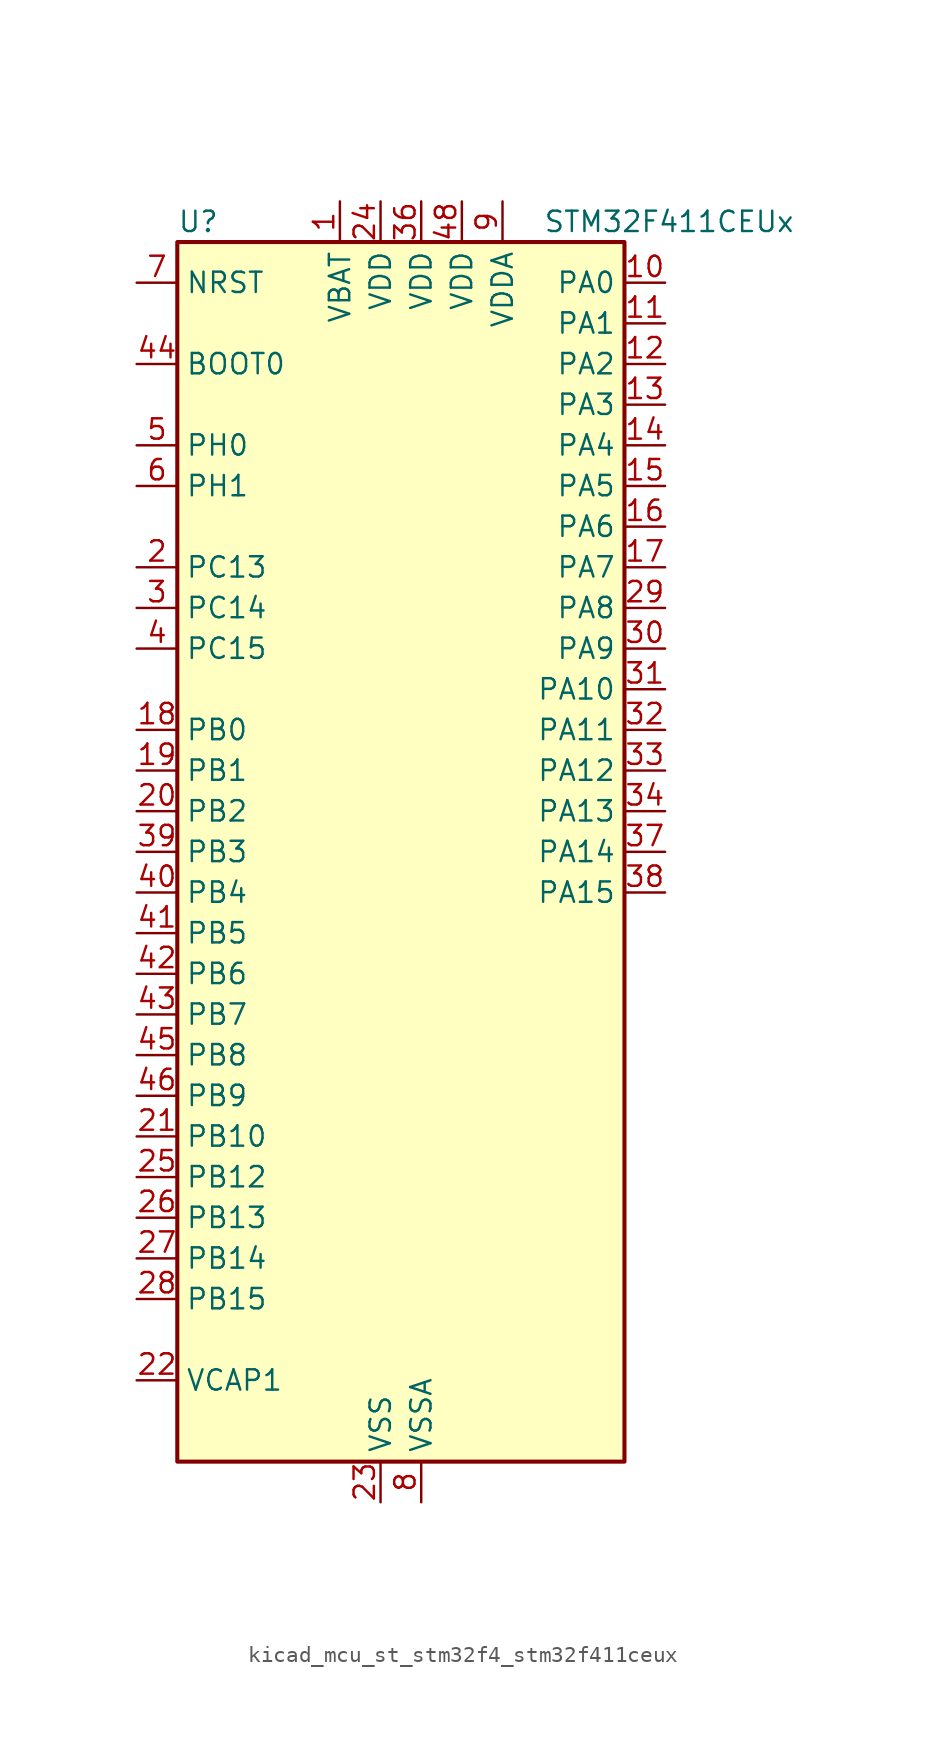
<source format=kicad_sym>
(kicad_symbol_lib
  (version 20220914)
  (generator kicad_symbol_editor)
  (symbol "kicad_mcu_st_stm32f4_stm32f411ceux"
    (property "Reference" "U"
      (at -12.7 39.37 0)
      (effects (font (size 1.27 1.27)) (justify left)))
    (property "Value" "STM32F411CEUx"
      (at 10.16 39.37 0)
      (effects (font (size 1.27 1.27)) (justify left)))
    (property "ki_locked" ""
      (at 0 0 0)
      (effects (font (size 1.27 1.27))))
    (symbol "kicad_mcu_st_stm32f4_stm32f411ceux_0_1"
      (rectangle (start -12.7 -38.1) (end 15.24 38.1) (stroke (width 0.254) (type default)) (fill (type background))))
    (symbol "kicad_mcu_st_stm32f4_stm32f411ceux_1_1"
      (pin power_in line (at -2.54 40.64 270) (length 2.54) (name "VBAT" (effects (font (size 1.27 1.27)))) (number "1" (effects (font (size 1.27 1.27)))))
      (pin bidirectional line (at 17.78 35.56 180) (length 2.54) (name "PA0" (effects (font (size 1.27 1.27)))) (number "10" (effects (font (size 1.27 1.27)))) (alternate "ADC1_IN0" bidirectional line) (alternate "SYS_WKUP" bidirectional line) (alternate "TIM2_CH1" bidirectional line) (alternate "TIM2_ETR" bidirectional line) (alternate "TIM5_CH1" bidirectional line) (alternate "USART2_CTS" bidirectional line))
      (pin bidirectional line (at 17.78 33.02 180) (length 2.54) (name "PA1" (effects (font (size 1.27 1.27)))) (number "11" (effects (font (size 1.27 1.27)))) (alternate "ADC1_IN1" bidirectional line) (alternate "I2S4_SD" bidirectional line) (alternate "SPI4_MOSI" bidirectional line) (alternate "TIM2_CH2" bidirectional line) (alternate "TIM5_CH2" bidirectional line) (alternate "USART2_RTS" bidirectional line))
      (pin bidirectional line (at 17.78 30.48 180) (length 2.54) (name "PA2" (effects (font (size 1.27 1.27)))) (number "12" (effects (font (size 1.27 1.27)))) (alternate "ADC1_IN2" bidirectional line) (alternate "I2S_CKIN" bidirectional line) (alternate "TIM2_CH3" bidirectional line) (alternate "TIM5_CH3" bidirectional line) (alternate "TIM9_CH1" bidirectional line) (alternate "USART2_TX" bidirectional line))
      (pin bidirectional line (at 17.78 27.94 180) (length 2.54) (name "PA3" (effects (font (size 1.27 1.27)))) (number "13" (effects (font (size 1.27 1.27)))) (alternate "ADC1_IN3" bidirectional line) (alternate "I2S2_MCK" bidirectional line) (alternate "TIM2_CH4" bidirectional line) (alternate "TIM5_CH4" bidirectional line) (alternate "TIM9_CH2" bidirectional line) (alternate "USART2_RX" bidirectional line))
      (pin bidirectional line (at 17.78 25.4 180) (length 2.54) (name "PA4" (effects (font (size 1.27 1.27)))) (number "14" (effects (font (size 1.27 1.27)))) (alternate "ADC1_IN4" bidirectional line) (alternate "I2S1_WS" bidirectional line) (alternate "I2S3_WS" bidirectional line) (alternate "SPI1_NSS" bidirectional line) (alternate "SPI3_NSS" bidirectional line) (alternate "USART2_CK" bidirectional line))
      (pin bidirectional line (at 17.78 22.86 180) (length 2.54) (name "PA5" (effects (font (size 1.27 1.27)))) (number "15" (effects (font (size 1.27 1.27)))) (alternate "ADC1_IN5" bidirectional line) (alternate "I2S1_CK" bidirectional line) (alternate "SPI1_SCK" bidirectional line) (alternate "TIM2_CH1" bidirectional line) (alternate "TIM2_ETR" bidirectional line))
      (pin bidirectional line (at 17.78 20.32 180) (length 2.54) (name "PA6" (effects (font (size 1.27 1.27)))) (number "16" (effects (font (size 1.27 1.27)))) (alternate "ADC1_IN6" bidirectional line) (alternate "I2S2_MCK" bidirectional line) (alternate "SDIO_CMD" bidirectional line) (alternate "SPI1_MISO" bidirectional line) (alternate "TIM1_BKIN" bidirectional line) (alternate "TIM3_CH1" bidirectional line))
      (pin bidirectional line (at 17.78 17.78 180) (length 2.54) (name "PA7" (effects (font (size 1.27 1.27)))) (number "17" (effects (font (size 1.27 1.27)))) (alternate "ADC1_IN7" bidirectional line) (alternate "I2S1_SD" bidirectional line) (alternate "SPI1_MOSI" bidirectional line) (alternate "TIM1_CH1N" bidirectional line) (alternate "TIM3_CH2" bidirectional line))
      (pin bidirectional line (at -15.24 7.62 0) (length 2.54) (name "PB0" (effects (font (size 1.27 1.27)))) (number "18" (effects (font (size 1.27 1.27)))) (alternate "ADC1_IN8" bidirectional line) (alternate "I2S5_CK" bidirectional line) (alternate "SPI5_SCK" bidirectional line) (alternate "TIM1_CH2N" bidirectional line) (alternate "TIM3_CH3" bidirectional line))
      (pin bidirectional line (at -15.24 5.08 0) (length 2.54) (name "PB1" (effects (font (size 1.27 1.27)))) (number "19" (effects (font (size 1.27 1.27)))) (alternate "ADC1_IN9" bidirectional line) (alternate "I2S5_WS" bidirectional line) (alternate "SPI5_NSS" bidirectional line) (alternate "TIM1_CH3N" bidirectional line) (alternate "TIM3_CH4" bidirectional line))
      (pin bidirectional line (at -15.24 17.78 0) (length 2.54) (name "PC13" (effects (font (size 1.27 1.27)))) (number "2" (effects (font (size 1.27 1.27)))) (alternate "RTC_AF1" bidirectional line))
      (pin bidirectional line (at -15.24 2.54 0) (length 2.54) (name "PB2" (effects (font (size 1.27 1.27)))) (number "20" (effects (font (size 1.27 1.27)))))
      (pin bidirectional line (at -15.24 -17.78 0) (length 2.54) (name "PB10" (effects (font (size 1.27 1.27)))) (number "21" (effects (font (size 1.27 1.27)))) (alternate "I2C2_SCL" bidirectional line) (alternate "I2S2_CK" bidirectional line) (alternate "I2S3_MCK" bidirectional line) (alternate "SDIO_D7" bidirectional line) (alternate "SPI2_SCK" bidirectional line) (alternate "TIM2_CH3" bidirectional line))
      (pin power_out line (at -15.24 -33.02 0) (length 2.54) (name "VCAP1" (effects (font (size 1.27 1.27)))) (number "22" (effects (font (size 1.27 1.27)))))
      (pin power_in line (at 0 -40.64 90) (length 2.54) (name "VSS" (effects (font (size 1.27 1.27)))) (number "23" (effects (font (size 1.27 1.27)))))
      (pin power_in line (at 0 40.64 270) (length 2.54) (name "VDD" (effects (font (size 1.27 1.27)))) (number "24" (effects (font (size 1.27 1.27)))))
      (pin bidirectional line (at -15.24 -20.32 0) (length 2.54) (name "PB12" (effects (font (size 1.27 1.27)))) (number "25" (effects (font (size 1.27 1.27)))) (alternate "I2C2_SMBA" bidirectional line) (alternate "I2S2_WS" bidirectional line) (alternate "I2S3_CK" bidirectional line) (alternate "I2S4_WS" bidirectional line) (alternate "SPI2_NSS" bidirectional line) (alternate "SPI3_SCK" bidirectional line) (alternate "SPI4_NSS" bidirectional line) (alternate "TIM1_BKIN" bidirectional line))
      (pin bidirectional line (at -15.24 -22.86 0) (length 2.54) (name "PB13" (effects (font (size 1.27 1.27)))) (number "26" (effects (font (size 1.27 1.27)))) (alternate "I2S2_CK" bidirectional line) (alternate "I2S4_CK" bidirectional line) (alternate "SPI2_SCK" bidirectional line) (alternate "SPI4_SCK" bidirectional line) (alternate "TIM1_CH1N" bidirectional line))
      (pin bidirectional line (at -15.24 -25.4 0) (length 2.54) (name "PB14" (effects (font (size 1.27 1.27)))) (number "27" (effects (font (size 1.27 1.27)))) (alternate "I2S2_ext_SD" bidirectional line) (alternate "SDIO_D6" bidirectional line) (alternate "SPI2_MISO" bidirectional line) (alternate "TIM1_CH2N" bidirectional line))
      (pin bidirectional line (at -15.24 -27.94 0) (length 2.54) (name "PB15" (effects (font (size 1.27 1.27)))) (number "28" (effects (font (size 1.27 1.27)))) (alternate "ADC1_EXTI15" bidirectional line) (alternate "I2S2_SD" bidirectional line) (alternate "RTC_REFIN" bidirectional line) (alternate "SDIO_CK" bidirectional line) (alternate "SPI2_MOSI" bidirectional line) (alternate "TIM1_CH3N" bidirectional line))
      (pin bidirectional line (at 17.78 15.24 180) (length 2.54) (name "PA8" (effects (font (size 1.27 1.27)))) (number "29" (effects (font (size 1.27 1.27)))) (alternate "I2C3_SCL" bidirectional line) (alternate "RCC_MCO_1" bidirectional line) (alternate "SDIO_D1" bidirectional line) (alternate "TIM1_CH1" bidirectional line) (alternate "USART1_CK" bidirectional line) (alternate "USB_OTG_FS_SOF" bidirectional line))
      (pin bidirectional line (at -15.24 15.24 0) (length 2.54) (name "PC14" (effects (font (size 1.27 1.27)))) (number "3" (effects (font (size 1.27 1.27)))) (alternate "RCC_OSC32_IN" bidirectional line))
      (pin bidirectional line (at 17.78 12.7 180) (length 2.54) (name "PA9" (effects (font (size 1.27 1.27)))) (number "30" (effects (font (size 1.27 1.27)))) (alternate "I2C3_SMBA" bidirectional line) (alternate "SDIO_D2" bidirectional line) (alternate "TIM1_CH2" bidirectional line) (alternate "USART1_TX" bidirectional line) (alternate "USB_OTG_FS_VBUS" bidirectional line))
      (pin bidirectional line (at 17.78 10.16 180) (length 2.54) (name "PA10" (effects (font (size 1.27 1.27)))) (number "31" (effects (font (size 1.27 1.27)))) (alternate "I2S5_SD" bidirectional line) (alternate "SPI5_MOSI" bidirectional line) (alternate "TIM1_CH3" bidirectional line) (alternate "USART1_RX" bidirectional line) (alternate "USB_OTG_FS_ID" bidirectional line))
      (pin bidirectional line (at 17.78 7.62 180) (length 2.54) (name "PA11" (effects (font (size 1.27 1.27)))) (number "32" (effects (font (size 1.27 1.27)))) (alternate "ADC1_EXTI11" bidirectional line) (alternate "SPI4_MISO" bidirectional line) (alternate "TIM1_CH4" bidirectional line) (alternate "USART1_CTS" bidirectional line) (alternate "USART6_TX" bidirectional line) (alternate "USB_OTG_FS_DM" bidirectional line))
      (pin bidirectional line (at 17.78 5.08 180) (length 2.54) (name "PA12" (effects (font (size 1.27 1.27)))) (number "33" (effects (font (size 1.27 1.27)))) (alternate "SPI5_MISO" bidirectional line) (alternate "TIM1_ETR" bidirectional line) (alternate "USART1_RTS" bidirectional line) (alternate "USART6_RX" bidirectional line) (alternate "USB_OTG_FS_DP" bidirectional line))
      (pin bidirectional line (at 17.78 2.54 180) (length 2.54) (name "PA13" (effects (font (size 1.27 1.27)))) (number "34" (effects (font (size 1.27 1.27)))) (alternate "SYS_JTMS-SWDIO" bidirectional line))
      (pin passive line (at 0 -40.64 90) (length 2.54) hide (name "VSS" (effects (font (size 1.27 1.27)))) (number "35" (effects (font (size 1.27 1.27)))))
      (pin power_in line (at 2.54 40.64 270) (length 2.54) (name "VDD" (effects (font (size 1.27 1.27)))) (number "36" (effects (font (size 1.27 1.27)))))
      (pin bidirectional line (at 17.78 0 180) (length 2.54) (name "PA14" (effects (font (size 1.27 1.27)))) (number "37" (effects (font (size 1.27 1.27)))) (alternate "SYS_JTCK-SWCLK" bidirectional line))
      (pin bidirectional line (at 17.78 -2.54 180) (length 2.54) (name "PA15" (effects (font (size 1.27 1.27)))) (number "38" (effects (font (size 1.27 1.27)))) (alternate "ADC1_EXTI15" bidirectional line) (alternate "I2S1_WS" bidirectional line) (alternate "I2S3_WS" bidirectional line) (alternate "SPI1_NSS" bidirectional line) (alternate "SPI3_NSS" bidirectional line) (alternate "SYS_JTDI" bidirectional line) (alternate "TIM2_CH1" bidirectional line) (alternate "TIM2_ETR" bidirectional line) (alternate "USART1_TX" bidirectional line))
      (pin bidirectional line (at -15.24 0 0) (length 2.54) (name "PB3" (effects (font (size 1.27 1.27)))) (number "39" (effects (font (size 1.27 1.27)))) (alternate "I2C2_SDA" bidirectional line) (alternate "I2S1_CK" bidirectional line) (alternate "I2S3_CK" bidirectional line) (alternate "SPI1_SCK" bidirectional line) (alternate "SPI3_SCK" bidirectional line) (alternate "SYS_JTDO-SWO" bidirectional line) (alternate "TIM2_CH2" bidirectional line) (alternate "USART1_RX" bidirectional line))
      (pin bidirectional line (at -15.24 12.7 0) (length 2.54) (name "PC15" (effects (font (size 1.27 1.27)))) (number "4" (effects (font (size 1.27 1.27)))) (alternate "ADC1_EXTI15" bidirectional line) (alternate "RCC_OSC32_OUT" bidirectional line))
      (pin bidirectional line (at -15.24 -2.54 0) (length 2.54) (name "PB4" (effects (font (size 1.27 1.27)))) (number "40" (effects (font (size 1.27 1.27)))) (alternate "I2C3_SDA" bidirectional line) (alternate "I2S3_ext_SD" bidirectional line) (alternate "SDIO_D0" bidirectional line) (alternate "SPI1_MISO" bidirectional line) (alternate "SPI3_MISO" bidirectional line) (alternate "SYS_JTRST" bidirectional line) (alternate "TIM3_CH1" bidirectional line))
      (pin bidirectional line (at -15.24 -5.08 0) (length 2.54) (name "PB5" (effects (font (size 1.27 1.27)))) (number "41" (effects (font (size 1.27 1.27)))) (alternate "I2C1_SMBA" bidirectional line) (alternate "I2S1_SD" bidirectional line) (alternate "I2S3_SD" bidirectional line) (alternate "SDIO_D3" bidirectional line) (alternate "SPI1_MOSI" bidirectional line) (alternate "SPI3_MOSI" bidirectional line) (alternate "TIM3_CH2" bidirectional line))
      (pin bidirectional line (at -15.24 -7.62 0) (length 2.54) (name "PB6" (effects (font (size 1.27 1.27)))) (number "42" (effects (font (size 1.27 1.27)))) (alternate "I2C1_SCL" bidirectional line) (alternate "TIM4_CH1" bidirectional line) (alternate "USART1_TX" bidirectional line))
      (pin bidirectional line (at -15.24 -10.16 0) (length 2.54) (name "PB7" (effects (font (size 1.27 1.27)))) (number "43" (effects (font (size 1.27 1.27)))) (alternate "I2C1_SDA" bidirectional line) (alternate "SDIO_D0" bidirectional line) (alternate "TIM4_CH2" bidirectional line) (alternate "USART1_RX" bidirectional line))
      (pin input line (at -15.24 30.48 0) (length 2.54) (name "BOOT0" (effects (font (size 1.27 1.27)))) (number "44" (effects (font (size 1.27 1.27)))))
      (pin bidirectional line (at -15.24 -12.7 0) (length 2.54) (name "PB8" (effects (font (size 1.27 1.27)))) (number "45" (effects (font (size 1.27 1.27)))) (alternate "I2C1_SCL" bidirectional line) (alternate "I2C3_SDA" bidirectional line) (alternate "I2S5_SD" bidirectional line) (alternate "SDIO_D4" bidirectional line) (alternate "SPI5_MOSI" bidirectional line) (alternate "TIM10_CH1" bidirectional line) (alternate "TIM4_CH3" bidirectional line))
      (pin bidirectional line (at -15.24 -15.24 0) (length 2.54) (name "PB9" (effects (font (size 1.27 1.27)))) (number "46" (effects (font (size 1.27 1.27)))) (alternate "I2C1_SDA" bidirectional line) (alternate "I2C2_SDA" bidirectional line) (alternate "I2S2_WS" bidirectional line) (alternate "SDIO_D5" bidirectional line) (alternate "SPI2_NSS" bidirectional line) (alternate "TIM11_CH1" bidirectional line) (alternate "TIM4_CH4" bidirectional line))
      (pin passive line (at 0 -40.64 90) (length 2.54) hide (name "VSS" (effects (font (size 1.27 1.27)))) (number "47" (effects (font (size 1.27 1.27)))))
      (pin power_in line (at 5.08 40.64 270) (length 2.54) (name "VDD" (effects (font (size 1.27 1.27)))) (number "48" (effects (font (size 1.27 1.27)))))
      (pin passive line (at 0 -40.64 90) (length 2.54) hide (name "VSS" (effects (font (size 1.27 1.27)))) (number "49" (effects (font (size 1.27 1.27)))))
      (pin bidirectional line (at -15.24 25.4 0) (length 2.54) (name "PH0" (effects (font (size 1.27 1.27)))) (number "5" (effects (font (size 1.27 1.27)))) (alternate "RCC_OSC_IN" bidirectional line))
      (pin bidirectional line (at -15.24 22.86 0) (length 2.54) (name "PH1" (effects (font (size 1.27 1.27)))) (number "6" (effects (font (size 1.27 1.27)))) (alternate "RCC_OSC_OUT" bidirectional line))
      (pin input line (at -15.24 35.56 0) (length 2.54) (name "NRST" (effects (font (size 1.27 1.27)))) (number "7" (effects (font (size 1.27 1.27)))))
      (pin power_in line (at 2.54 -40.64 90) (length 2.54) (name "VSSA" (effects (font (size 1.27 1.27)))) (number "8" (effects (font (size 1.27 1.27)))))
      (pin power_in line (at 7.62 40.64 270) (length 2.54) (name "VDDA" (effects (font (size 1.27 1.27)))) (number "9" (effects (font (size 1.27 1.27))))))))
</source>
